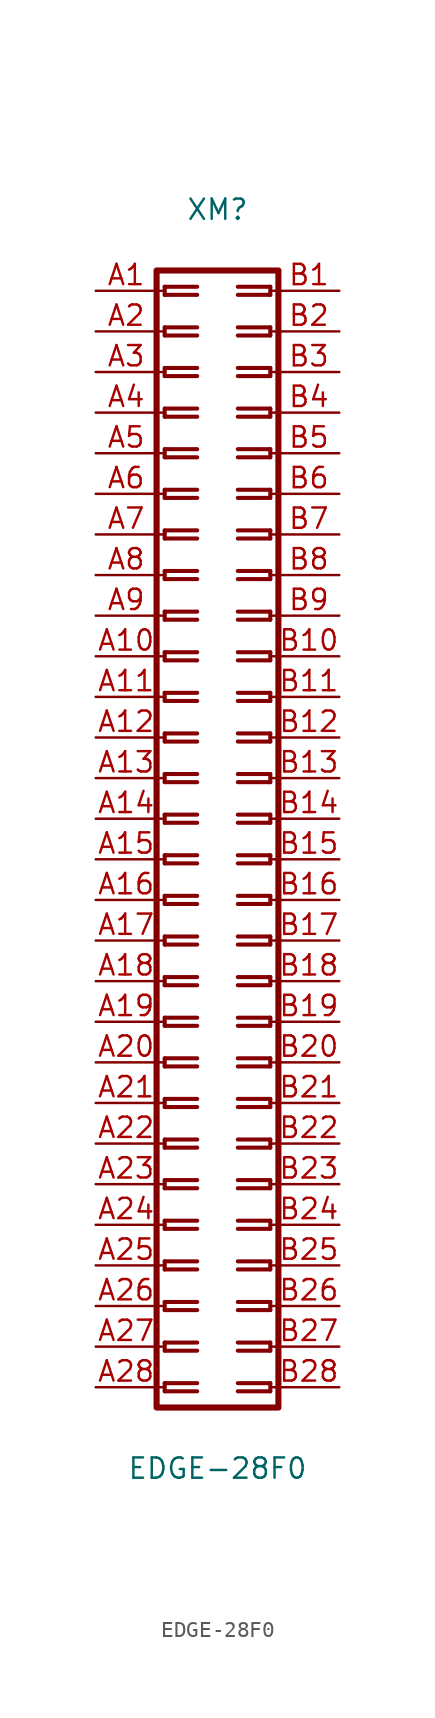
<source format=kicad_sym>
(kicad_symbol_lib
  (version 20231120)
  (generator "kicad_symbol_editor")
  (generator_version "8.0")
  (symbol "EDGE-28F0"
    (pin_names
      (offset 1.016))
    (property "Reference" "XM"
      (at 0 39.37 0)
      (effects (font (size 1.27 1.27))))
    (property "Value" "EDGE-28F0"
      (at 0 -39.37 0)
      (effects (font (size 1.27 1.27))))
    (symbol "EDGE-28F0_0_1"
      (rectangle (start -3.81 35.56) (end 3.81 -35.56) (stroke (width 0.381) (type default)) (fill (type none)))
      (polyline (pts (xy -3.81 -34.29) (xy -3.302 -34.29)) (stroke (width 0) (type default)) (fill (type none)))
      (polyline (pts (xy -3.81 -31.75) (xy -3.302 -31.75)) (stroke (width 0) (type default)) (fill (type none)))
      (polyline (pts (xy -3.81 -29.21) (xy -3.302 -29.21)) (stroke (width 0) (type default)) (fill (type none)))
      (polyline (pts (xy -3.81 -26.67) (xy -3.302 -26.67)) (stroke (width 0) (type default)) (fill (type none)))
      (polyline (pts (xy -3.81 -24.13) (xy -3.302 -24.13)) (stroke (width 0) (type default)) (fill (type none)))
      (polyline (pts (xy -3.81 -21.59) (xy -3.302 -21.59)) (stroke (width 0) (type default)) (fill (type none)))
      (polyline (pts (xy -3.81 -19.05) (xy -3.302 -19.05)) (stroke (width 0) (type default)) (fill (type none)))
      (polyline (pts (xy -3.81 -16.51) (xy -3.302 -16.51)) (stroke (width 0) (type default)) (fill (type none)))
      (polyline (pts (xy -3.81 -13.97) (xy -3.302 -13.97)) (stroke (width 0) (type default)) (fill (type none)))
      (polyline (pts (xy -3.81 -11.43) (xy -3.302 -11.43)) (stroke (width 0) (type default)) (fill (type none)))
      (polyline (pts (xy -3.81 -8.89) (xy -3.302 -8.89)) (stroke (width 0) (type default)) (fill (type none)))
      (polyline (pts (xy -3.81 -6.35) (xy -3.302 -6.35)) (stroke (width 0) (type default)) (fill (type none)))
      (polyline (pts (xy -3.81 -3.81) (xy -3.302 -3.81)) (stroke (width 0) (type default)) (fill (type none)))
      (polyline (pts (xy -3.81 -1.27) (xy -3.302 -1.27)) (stroke (width 0) (type default)) (fill (type none)))
      (polyline (pts (xy -3.81 1.27) (xy -3.302 1.27)) (stroke (width 0) (type default)) (fill (type none)))
      (polyline (pts (xy -3.81 3.81) (xy -3.302 3.81)) (stroke (width 0) (type default)) (fill (type none)))
      (polyline (pts (xy -3.81 6.35) (xy -3.302 6.35)) (stroke (width 0) (type default)) (fill (type none)))
      (polyline (pts (xy -3.81 8.89) (xy -3.302 8.89)) (stroke (width 0) (type default)) (fill (type none)))
      (polyline (pts (xy -3.81 11.43) (xy -3.302 11.43)) (stroke (width 0) (type default)) (fill (type none)))
      (polyline (pts (xy -3.81 13.97) (xy -3.302 13.97)) (stroke (width 0) (type default)) (fill (type none)))
      (polyline (pts (xy -3.81 16.51) (xy -3.302 16.51)) (stroke (width 0) (type default)) (fill (type none)))
      (polyline (pts (xy -3.81 19.05) (xy -3.302 19.05)) (stroke (width 0) (type default)) (fill (type none)))
      (polyline (pts (xy -3.81 21.59) (xy -3.302 21.59)) (stroke (width 0) (type default)) (fill (type none)))
      (polyline (pts (xy -3.81 24.13) (xy -3.302 24.13)) (stroke (width 0) (type default)) (fill (type none)))
      (polyline (pts (xy -3.81 26.67) (xy -3.302 26.67)) (stroke (width 0) (type default)) (fill (type none)))
      (polyline (pts (xy -3.81 29.21) (xy -3.302 29.21)) (stroke (width 0) (type default)) (fill (type none)))
      (polyline (pts (xy -3.81 31.75) (xy -3.302 31.75)) (stroke (width 0) (type default)) (fill (type none)))
      (polyline (pts (xy -3.81 34.29) (xy -3.302 34.29)) (stroke (width 0) (type default)) (fill (type none)))
      (polyline (pts (xy -3.302 -34.544) (xy -3.302 -34.036)) (stroke (width 0.254) (type default)) (fill (type none)))
      (polyline (pts (xy -3.302 -34.544) (xy -1.27 -34.544)) (stroke (width 0.254) (type default)) (fill (type none)))
      (polyline (pts (xy -3.302 -34.036) (xy -1.27 -34.036)) (stroke (width 0.254) (type default)) (fill (type none)))
      (polyline (pts (xy -3.302 -32.004) (xy -3.302 -31.496)) (stroke (width 0.254) (type default)) (fill (type none)))
      (polyline (pts (xy -3.302 -32.004) (xy -1.27 -32.004)) (stroke (width 0.254) (type default)) (fill (type none)))
      (polyline (pts (xy -3.302 -31.496) (xy -1.27 -31.496)) (stroke (width 0.254) (type default)) (fill (type none)))
      (polyline (pts (xy -3.302 -29.464) (xy -3.302 -28.956)) (stroke (width 0.254) (type default)) (fill (type none)))
      (polyline (pts (xy -3.302 -29.464) (xy -1.27 -29.464)) (stroke (width 0.254) (type default)) (fill (type none)))
      (polyline (pts (xy -3.302 -28.956) (xy -1.27 -28.956)) (stroke (width 0.254) (type default)) (fill (type none)))
      (polyline (pts (xy -3.302 -26.924) (xy -3.302 -26.416)) (stroke (width 0.254) (type default)) (fill (type none)))
      (polyline (pts (xy -3.302 -26.924) (xy -1.27 -26.924)) (stroke (width 0.254) (type default)) (fill (type none)))
      (polyline (pts (xy -3.302 -26.416) (xy -1.27 -26.416)) (stroke (width 0.254) (type default)) (fill (type none)))
      (polyline (pts (xy -3.302 -24.384) (xy -3.302 -23.876)) (stroke (width 0.254) (type default)) (fill (type none)))
      (polyline (pts (xy -3.302 -24.384) (xy -1.27 -24.384)) (stroke (width 0.254) (type default)) (fill (type none)))
      (polyline (pts (xy -3.302 -23.876) (xy -1.27 -23.876)) (stroke (width 0.254) (type default)) (fill (type none)))
      (polyline (pts (xy -3.302 -21.844) (xy -3.302 -21.336)) (stroke (width 0.254) (type default)) (fill (type none)))
      (polyline (pts (xy -3.302 -21.844) (xy -1.27 -21.844)) (stroke (width 0.254) (type default)) (fill (type none)))
      (polyline (pts (xy -3.302 -21.336) (xy -1.27 -21.336)) (stroke (width 0.254) (type default)) (fill (type none)))
      (polyline (pts (xy -3.302 -19.304) (xy -3.302 -18.796)) (stroke (width 0.254) (type default)) (fill (type none)))
      (polyline (pts (xy -3.302 -19.304) (xy -1.27 -19.304)) (stroke (width 0.254) (type default)) (fill (type none)))
      (polyline (pts (xy -3.302 -18.796) (xy -1.27 -18.796)) (stroke (width 0.254) (type default)) (fill (type none)))
      (polyline (pts (xy -3.302 -16.764) (xy -3.302 -16.256)) (stroke (width 0.254) (type default)) (fill (type none)))
      (polyline (pts (xy -3.302 -16.764) (xy -1.27 -16.764)) (stroke (width 0.254) (type default)) (fill (type none)))
      (polyline (pts (xy -3.302 -16.256) (xy -1.27 -16.256)) (stroke (width 0.254) (type default)) (fill (type none)))
      (polyline (pts (xy -3.302 -14.224) (xy -3.302 -13.716)) (stroke (width 0.254) (type default)) (fill (type none)))
      (polyline (pts (xy -3.302 -14.224) (xy -1.27 -14.224)) (stroke (width 0.254) (type default)) (fill (type none)))
      (polyline (pts (xy -3.302 -13.716) (xy -1.27 -13.716)) (stroke (width 0.254) (type default)) (fill (type none)))
      (polyline (pts (xy -3.302 -11.684) (xy -3.302 -11.176)) (stroke (width 0.254) (type default)) (fill (type none)))
      (polyline (pts (xy -3.302 -11.684) (xy -1.27 -11.684)) (stroke (width 0.254) (type default)) (fill (type none)))
      (polyline (pts (xy -3.302 -11.176) (xy -1.27 -11.176)) (stroke (width 0.254) (type default)) (fill (type none)))
      (polyline (pts (xy -3.302 -9.144) (xy -3.302 -8.636)) (stroke (width 0.254) (type default)) (fill (type none)))
      (polyline (pts (xy -3.302 -9.144) (xy -1.27 -9.144)) (stroke (width 0.254) (type default)) (fill (type none)))
      (polyline (pts (xy -3.302 -8.636) (xy -1.27 -8.636)) (stroke (width 0.254) (type default)) (fill (type none)))
      (polyline (pts (xy -3.302 -6.604) (xy -3.302 -6.096)) (stroke (width 0.254) (type default)) (fill (type none)))
      (polyline (pts (xy -3.302 -6.604) (xy -1.27 -6.604)) (stroke (width 0.254) (type default)) (fill (type none)))
      (polyline (pts (xy -3.302 -6.096) (xy -1.27 -6.096)) (stroke (width 0.254) (type default)) (fill (type none)))
      (polyline (pts (xy -3.302 -4.064) (xy -3.302 -3.556)) (stroke (width 0.254) (type default)) (fill (type none)))
      (polyline (pts (xy -3.302 -4.064) (xy -1.27 -4.064)) (stroke (width 0.254) (type default)) (fill (type none)))
      (polyline (pts (xy -3.302 -3.556) (xy -1.27 -3.556)) (stroke (width 0.254) (type default)) (fill (type none)))
      (polyline (pts (xy -3.302 -1.524) (xy -3.302 -1.016)) (stroke (width 0.254) (type default)) (fill (type none)))
      (polyline (pts (xy -3.302 -1.524) (xy -1.27 -1.524)) (stroke (width 0.254) (type default)) (fill (type none)))
      (polyline (pts (xy -3.302 -1.016) (xy -1.27 -1.016)) (stroke (width 0.254) (type default)) (fill (type none)))
      (polyline (pts (xy -3.302 1.016) (xy -3.302 1.524)) (stroke (width 0.254) (type default)) (fill (type none)))
      (polyline (pts (xy -3.302 1.016) (xy -1.27 1.016)) (stroke (width 0.254) (type default)) (fill (type none)))
      (polyline (pts (xy -3.302 1.524) (xy -1.27 1.524)) (stroke (width 0.254) (type default)) (fill (type none)))
      (polyline (pts (xy -3.302 3.556) (xy -3.302 4.064)) (stroke (width 0.254) (type default)) (fill (type none)))
      (polyline (pts (xy -3.302 3.556) (xy -1.27 3.556)) (stroke (width 0.254) (type default)) (fill (type none)))
      (polyline (pts (xy -3.302 4.064) (xy -1.27 4.064)) (stroke (width 0.254) (type default)) (fill (type none)))
      (polyline (pts (xy -3.302 6.096) (xy -3.302 6.604)) (stroke (width 0.254) (type default)) (fill (type none)))
      (polyline (pts (xy -3.302 6.096) (xy -1.27 6.096)) (stroke (width 0.254) (type default)) (fill (type none)))
      (polyline (pts (xy -3.302 6.604) (xy -1.27 6.604)) (stroke (width 0.254) (type default)) (fill (type none)))
      (polyline (pts (xy -3.302 8.636) (xy -3.302 9.144)) (stroke (width 0.254) (type default)) (fill (type none)))
      (polyline (pts (xy -3.302 8.636) (xy -1.27 8.636)) (stroke (width 0.254) (type default)) (fill (type none)))
      (polyline (pts (xy -3.302 9.144) (xy -1.27 9.144)) (stroke (width 0.254) (type default)) (fill (type none)))
      (polyline (pts (xy -3.302 11.176) (xy -3.302 11.684)) (stroke (width 0.254) (type default)) (fill (type none)))
      (polyline (pts (xy -3.302 11.176) (xy -1.27 11.176)) (stroke (width 0.254) (type default)) (fill (type none)))
      (polyline (pts (xy -3.302 11.684) (xy -1.27 11.684)) (stroke (width 0.254) (type default)) (fill (type none)))
      (polyline (pts (xy -3.302 13.716) (xy -3.302 14.224)) (stroke (width 0.254) (type default)) (fill (type none)))
      (polyline (pts (xy -3.302 13.716) (xy -1.27 13.716)) (stroke (width 0.254) (type default)) (fill (type none)))
      (polyline (pts (xy -3.302 14.224) (xy -1.27 14.224)) (stroke (width 0.254) (type default)) (fill (type none)))
      (polyline (pts (xy -3.302 16.256) (xy -3.302 16.764)) (stroke (width 0.254) (type default)) (fill (type none)))
      (polyline (pts (xy -3.302 16.256) (xy -1.27 16.256)) (stroke (width 0.254) (type default)) (fill (type none)))
      (polyline (pts (xy -3.302 16.764) (xy -1.27 16.764)) (stroke (width 0.254) (type default)) (fill (type none)))
      (polyline (pts (xy -3.302 18.796) (xy -3.302 19.304)) (stroke (width 0.254) (type default)) (fill (type none)))
      (polyline (pts (xy -3.302 18.796) (xy -1.27 18.796)) (stroke (width 0.254) (type default)) (fill (type none)))
      (polyline (pts (xy -3.302 19.304) (xy -1.27 19.304)) (stroke (width 0.254) (type default)) (fill (type none)))
      (polyline (pts (xy -3.302 21.336) (xy -3.302 21.844)) (stroke (width 0.254) (type default)) (fill (type none)))
      (polyline (pts (xy -3.302 21.336) (xy -1.27 21.336)) (stroke (width 0.254) (type default)) (fill (type none)))
      (polyline (pts (xy -3.302 21.844) (xy -1.27 21.844)) (stroke (width 0.254) (type default)) (fill (type none)))
      (polyline (pts (xy -3.302 23.876) (xy -3.302 24.384)) (stroke (width 0.254) (type default)) (fill (type none)))
      (polyline (pts (xy -3.302 23.876) (xy -1.27 23.876)) (stroke (width 0.254) (type default)) (fill (type none)))
      (polyline (pts (xy -3.302 24.384) (xy -1.27 24.384)) (stroke (width 0.254) (type default)) (fill (type none)))
      (polyline (pts (xy -3.302 26.416) (xy -3.302 26.924)) (stroke (width 0.254) (type default)) (fill (type none)))
      (polyline (pts (xy -3.302 26.416) (xy -1.27 26.416)) (stroke (width 0.254) (type default)) (fill (type none)))
      (polyline (pts (xy -3.302 26.924) (xy -1.27 26.924)) (stroke (width 0.254) (type default)) (fill (type none)))
      (polyline (pts (xy -3.302 28.956) (xy -3.302 29.464)) (stroke (width 0.254) (type default)) (fill (type none)))
      (polyline (pts (xy -3.302 28.956) (xy -1.27 28.956)) (stroke (width 0.254) (type default)) (fill (type none)))
      (polyline (pts (xy -3.302 29.464) (xy -1.27 29.464)) (stroke (width 0.254) (type default)) (fill (type none)))
      (polyline (pts (xy -3.302 31.496) (xy -3.302 32.004)) (stroke (width 0.254) (type default)) (fill (type none)))
      (polyline (pts (xy -3.302 31.496) (xy -1.27 31.496)) (stroke (width 0.254) (type default)) (fill (type none)))
      (polyline (pts (xy -3.302 32.004) (xy -1.27 32.004)) (stroke (width 0.254) (type default)) (fill (type none)))
      (polyline (pts (xy -3.302 34.036) (xy -3.302 34.544)) (stroke (width 0.254) (type default)) (fill (type none)))
      (polyline (pts (xy -3.302 34.036) (xy -1.27 34.036)) (stroke (width 0.254) (type default)) (fill (type none)))
      (polyline (pts (xy -3.302 34.544) (xy -1.27 34.544)) (stroke (width 0.254) (type default)) (fill (type none)))
      (polyline (pts (xy 3.302 -34.544) (xy 1.27 -34.544)) (stroke (width 0.254) (type default)) (fill (type none)))
      (polyline (pts (xy 3.302 -34.544) (xy 3.302 -34.036)) (stroke (width 0.254) (type default)) (fill (type none)))
      (polyline (pts (xy 3.302 -34.036) (xy 1.27 -34.036)) (stroke (width 0.254) (type default)) (fill (type none)))
      (polyline (pts (xy 3.302 -32.004) (xy 1.27 -32.004)) (stroke (width 0.254) (type default)) (fill (type none)))
      (polyline (pts (xy 3.302 -32.004) (xy 3.302 -31.496)) (stroke (width 0.254) (type default)) (fill (type none)))
      (polyline (pts (xy 3.302 -31.496) (xy 1.27 -31.496)) (stroke (width 0.254) (type default)) (fill (type none)))
      (polyline (pts (xy 3.302 -29.464) (xy 1.27 -29.464)) (stroke (width 0.254) (type default)) (fill (type none)))
      (polyline (pts (xy 3.302 -29.464) (xy 3.302 -28.956)) (stroke (width 0.254) (type default)) (fill (type none)))
      (polyline (pts (xy 3.302 -28.956) (xy 1.27 -28.956)) (stroke (width 0.254) (type default)) (fill (type none)))
      (polyline (pts (xy 3.302 -26.924) (xy 1.27 -26.924)) (stroke (width 0.254) (type default)) (fill (type none)))
      (polyline (pts (xy 3.302 -26.924) (xy 3.302 -26.416)) (stroke (width 0.254) (type default)) (fill (type none)))
      (polyline (pts (xy 3.302 -26.416) (xy 1.27 -26.416)) (stroke (width 0.254) (type default)) (fill (type none)))
      (polyline (pts (xy 3.302 -24.384) (xy 1.27 -24.384)) (stroke (width 0.254) (type default)) (fill (type none)))
      (polyline (pts (xy 3.302 -24.384) (xy 3.302 -23.876)) (stroke (width 0.254) (type default)) (fill (type none)))
      (polyline (pts (xy 3.302 -23.876) (xy 1.27 -23.876)) (stroke (width 0.254) (type default)) (fill (type none)))
      (polyline (pts (xy 3.302 -21.844) (xy 1.27 -21.844)) (stroke (width 0.254) (type default)) (fill (type none)))
      (polyline (pts (xy 3.302 -21.844) (xy 3.302 -21.336)) (stroke (width 0.254) (type default)) (fill (type none)))
      (polyline (pts (xy 3.302 -21.336) (xy 1.27 -21.336)) (stroke (width 0.254) (type default)) (fill (type none)))
      (polyline (pts (xy 3.302 -19.304) (xy 1.27 -19.304)) (stroke (width 0.254) (type default)) (fill (type none)))
      (polyline (pts (xy 3.302 -19.304) (xy 3.302 -18.796)) (stroke (width 0.254) (type default)) (fill (type none)))
      (polyline (pts (xy 3.302 -18.796) (xy 1.27 -18.796)) (stroke (width 0.254) (type default)) (fill (type none)))
      (polyline (pts (xy 3.302 -16.764) (xy 1.27 -16.764)) (stroke (width 0.254) (type default)) (fill (type none)))
      (polyline (pts (xy 3.302 -16.764) (xy 3.302 -16.256)) (stroke (width 0.254) (type default)) (fill (type none)))
      (polyline (pts (xy 3.302 -16.256) (xy 1.27 -16.256)) (stroke (width 0.254) (type default)) (fill (type none)))
      (polyline (pts (xy 3.302 -14.224) (xy 1.27 -14.224)) (stroke (width 0.254) (type default)) (fill (type none)))
      (polyline (pts (xy 3.302 -14.224) (xy 3.302 -13.716)) (stroke (width 0.254) (type default)) (fill (type none)))
      (polyline (pts (xy 3.302 -13.716) (xy 1.27 -13.716)) (stroke (width 0.254) (type default)) (fill (type none)))
      (polyline (pts (xy 3.302 -11.684) (xy 1.27 -11.684)) (stroke (width 0.254) (type default)) (fill (type none)))
      (polyline (pts (xy 3.302 -11.684) (xy 3.302 -11.176)) (stroke (width 0.254) (type default)) (fill (type none)))
      (polyline (pts (xy 3.302 -11.176) (xy 1.27 -11.176)) (stroke (width 0.254) (type default)) (fill (type none)))
      (polyline (pts (xy 3.302 -9.144) (xy 1.27 -9.144)) (stroke (width 0.254) (type default)) (fill (type none)))
      (polyline (pts (xy 3.302 -9.144) (xy 3.302 -8.636)) (stroke (width 0.254) (type default)) (fill (type none)))
      (polyline (pts (xy 3.302 -8.636) (xy 1.27 -8.636)) (stroke (width 0.254) (type default)) (fill (type none)))
      (polyline (pts (xy 3.302 -6.604) (xy 1.27 -6.604)) (stroke (width 0.254) (type default)) (fill (type none)))
      (polyline (pts (xy 3.302 -6.604) (xy 3.302 -6.096)) (stroke (width 0.254) (type default)) (fill (type none)))
      (polyline (pts (xy 3.302 -6.096) (xy 1.27 -6.096)) (stroke (width 0.254) (type default)) (fill (type none)))
      (polyline (pts (xy 3.302 -4.064) (xy 1.27 -4.064)) (stroke (width 0.254) (type default)) (fill (type none)))
      (polyline (pts (xy 3.302 -4.064) (xy 3.302 -3.556)) (stroke (width 0.254) (type default)) (fill (type none)))
      (polyline (pts (xy 3.302 -3.556) (xy 1.27 -3.556)) (stroke (width 0.254) (type default)) (fill (type none)))
      (polyline (pts (xy 3.302 -1.524) (xy 1.27 -1.524)) (stroke (width 0.254) (type default)) (fill (type none)))
      (polyline (pts (xy 3.302 -1.524) (xy 3.302 -1.016)) (stroke (width 0.254) (type default)) (fill (type none)))
      (polyline (pts (xy 3.302 -1.016) (xy 1.27 -1.016)) (stroke (width 0.254) (type default)) (fill (type none)))
      (polyline (pts (xy 3.302 1.016) (xy 1.27 1.016)) (stroke (width 0.254) (type default)) (fill (type none)))
      (polyline (pts (xy 3.302 1.016) (xy 3.302 1.524)) (stroke (width 0.254) (type default)) (fill (type none)))
      (polyline (pts (xy 3.302 1.524) (xy 1.27 1.524)) (stroke (width 0.254) (type default)) (fill (type none)))
      (polyline (pts (xy 3.302 3.556) (xy 1.27 3.556)) (stroke (width 0.254) (type default)) (fill (type none)))
      (polyline (pts (xy 3.302 3.556) (xy 3.302 4.064)) (stroke (width 0.254) (type default)) (fill (type none)))
      (polyline (pts (xy 3.302 4.064) (xy 1.27 4.064)) (stroke (width 0.254) (type default)) (fill (type none)))
      (polyline (pts (xy 3.302 6.096) (xy 1.27 6.096)) (stroke (width 0.254) (type default)) (fill (type none)))
      (polyline (pts (xy 3.302 6.096) (xy 3.302 6.604)) (stroke (width 0.254) (type default)) (fill (type none)))
      (polyline (pts (xy 3.302 6.604) (xy 1.27 6.604)) (stroke (width 0.254) (type default)) (fill (type none)))
      (polyline (pts (xy 3.302 8.636) (xy 1.27 8.636)) (stroke (width 0.254) (type default)) (fill (type none)))
      (polyline (pts (xy 3.302 8.636) (xy 3.302 9.144)) (stroke (width 0.254) (type default)) (fill (type none)))
      (polyline (pts (xy 3.302 9.144) (xy 1.27 9.144)) (stroke (width 0.254) (type default)) (fill (type none)))
      (polyline (pts (xy 3.302 11.176) (xy 1.27 11.176)) (stroke (width 0.254) (type default)) (fill (type none)))
      (polyline (pts (xy 3.302 11.176) (xy 3.302 11.684)) (stroke (width 0.254) (type default)) (fill (type none)))
      (polyline (pts (xy 3.302 11.684) (xy 1.27 11.684)) (stroke (width 0.254) (type default)) (fill (type none)))
      (polyline (pts (xy 3.302 13.716) (xy 1.27 13.716)) (stroke (width 0.254) (type default)) (fill (type none)))
      (polyline (pts (xy 3.302 13.716) (xy 3.302 14.224)) (stroke (width 0.254) (type default)) (fill (type none)))
      (polyline (pts (xy 3.302 14.224) (xy 1.27 14.224)) (stroke (width 0.254) (type default)) (fill (type none)))
      (polyline (pts (xy 3.302 16.256) (xy 1.27 16.256)) (stroke (width 0.254) (type default)) (fill (type none)))
      (polyline (pts (xy 3.302 16.256) (xy 3.302 16.764)) (stroke (width 0.254) (type default)) (fill (type none)))
      (polyline (pts (xy 3.302 16.764) (xy 1.27 16.764)) (stroke (width 0.254) (type default)) (fill (type none)))
      (polyline (pts (xy 3.302 18.796) (xy 1.27 18.796)) (stroke (width 0.254) (type default)) (fill (type none)))
      (polyline (pts (xy 3.302 18.796) (xy 3.302 19.304)) (stroke (width 0.254) (type default)) (fill (type none)))
      (polyline (pts (xy 3.302 19.304) (xy 1.27 19.304)) (stroke (width 0.254) (type default)) (fill (type none)))
      (polyline (pts (xy 3.302 21.336) (xy 1.27 21.336)) (stroke (width 0.254) (type default)) (fill (type none)))
      (polyline (pts (xy 3.302 21.336) (xy 3.302 21.844)) (stroke (width 0.254) (type default)) (fill (type none)))
      (polyline (pts (xy 3.302 21.844) (xy 1.27 21.844)) (stroke (width 0.254) (type default)) (fill (type none)))
      (polyline (pts (xy 3.302 23.876) (xy 1.27 23.876)) (stroke (width 0.254) (type default)) (fill (type none)))
      (polyline (pts (xy 3.302 23.876) (xy 3.302 24.384)) (stroke (width 0.254) (type default)) (fill (type none)))
      (polyline (pts (xy 3.302 24.384) (xy 1.27 24.384)) (stroke (width 0.254) (type default)) (fill (type none)))
      (polyline (pts (xy 3.302 26.416) (xy 1.27 26.416)) (stroke (width 0.254) (type default)) (fill (type none)))
      (polyline (pts (xy 3.302 26.416) (xy 3.302 26.924)) (stroke (width 0.254) (type default)) (fill (type none)))
      (polyline (pts (xy 3.302 26.924) (xy 1.27 26.924)) (stroke (width 0.254) (type default)) (fill (type none)))
      (polyline (pts (xy 3.302 28.956) (xy 1.27 28.956)) (stroke (width 0.254) (type default)) (fill (type none)))
      (polyline (pts (xy 3.302 28.956) (xy 3.302 29.464)) (stroke (width 0.254) (type default)) (fill (type none)))
      (polyline (pts (xy 3.302 29.464) (xy 1.27 29.464)) (stroke (width 0.254) (type default)) (fill (type none)))
      (polyline (pts (xy 3.302 31.496) (xy 1.27 31.496)) (stroke (width 0.254) (type default)) (fill (type none)))
      (polyline (pts (xy 3.302 31.496) (xy 3.302 32.004)) (stroke (width 0.254) (type default)) (fill (type none)))
      (polyline (pts (xy 3.302 32.004) (xy 1.27 32.004)) (stroke (width 0.254) (type default)) (fill (type none)))
      (polyline (pts (xy 3.302 34.036) (xy 1.27 34.036)) (stroke (width 0.254) (type default)) (fill (type none)))
      (polyline (pts (xy 3.302 34.036) (xy 3.302 34.544)) (stroke (width 0.254) (type default)) (fill (type none)))
      (polyline (pts (xy 3.302 34.544) (xy 1.27 34.544)) (stroke (width 0.254) (type default)) (fill (type none)))
      (polyline (pts (xy 3.81 -34.29) (xy 3.302 -34.29)) (stroke (width 0) (type default)) (fill (type none)))
      (polyline (pts (xy 3.81 -31.75) (xy 3.302 -31.75)) (stroke (width 0) (type default)) (fill (type none)))
      (polyline (pts (xy 3.81 -29.21) (xy 3.302 -29.21)) (stroke (width 0) (type default)) (fill (type none)))
      (polyline (pts (xy 3.81 -26.67) (xy 3.302 -26.67)) (stroke (width 0) (type default)) (fill (type none)))
      (polyline (pts (xy 3.81 -24.13) (xy 3.302 -24.13)) (stroke (width 0) (type default)) (fill (type none)))
      (polyline (pts (xy 3.81 -21.59) (xy 3.302 -21.59)) (stroke (width 0) (type default)) (fill (type none)))
      (polyline (pts (xy 3.81 -19.05) (xy 3.302 -19.05)) (stroke (width 0) (type default)) (fill (type none)))
      (polyline (pts (xy 3.81 -16.51) (xy 3.302 -16.51)) (stroke (width 0) (type default)) (fill (type none)))
      (polyline (pts (xy 3.81 -13.97) (xy 3.302 -13.97)) (stroke (width 0) (type default)) (fill (type none)))
      (polyline (pts (xy 3.81 -11.43) (xy 3.302 -11.43)) (stroke (width 0) (type default)) (fill (type none)))
      (polyline (pts (xy 3.81 -8.89) (xy 3.302 -8.89)) (stroke (width 0) (type default)) (fill (type none)))
      (polyline (pts (xy 3.81 -6.35) (xy 3.302 -6.35)) (stroke (width 0) (type default)) (fill (type none)))
      (polyline (pts (xy 3.81 -3.81) (xy 3.302 -3.81)) (stroke (width 0) (type default)) (fill (type none)))
      (polyline (pts (xy 3.81 -1.27) (xy 3.302 -1.27)) (stroke (width 0) (type default)) (fill (type none)))
      (polyline (pts (xy 3.81 1.27) (xy 3.302 1.27)) (stroke (width 0) (type default)) (fill (type none)))
      (polyline (pts (xy 3.81 3.81) (xy 3.302 3.81)) (stroke (width 0) (type default)) (fill (type none)))
      (polyline (pts (xy 3.81 6.35) (xy 3.302 6.35)) (stroke (width 0) (type default)) (fill (type none)))
      (polyline (pts (xy 3.81 8.89) (xy 3.302 8.89)) (stroke (width 0) (type default)) (fill (type none)))
      (polyline (pts (xy 3.81 11.43) (xy 3.302 11.43)) (stroke (width 0) (type default)) (fill (type none)))
      (polyline (pts (xy 3.81 13.97) (xy 3.302 13.97)) (stroke (width 0) (type default)) (fill (type none)))
      (polyline (pts (xy 3.81 16.51) (xy 3.302 16.51)) (stroke (width 0) (type default)) (fill (type none)))
      (polyline (pts (xy 3.81 19.05) (xy 3.302 19.05)) (stroke (width 0) (type default)) (fill (type none)))
      (polyline (pts (xy 3.81 21.59) (xy 3.302 21.59)) (stroke (width 0) (type default)) (fill (type none)))
      (polyline (pts (xy 3.81 24.13) (xy 3.302 24.13)) (stroke (width 0) (type default)) (fill (type none)))
      (polyline (pts (xy 3.81 26.67) (xy 3.302 26.67)) (stroke (width 0) (type default)) (fill (type none)))
      (polyline (pts (xy 3.81 29.21) (xy 3.302 29.21)) (stroke (width 0) (type default)) (fill (type none)))
      (polyline (pts (xy 3.81 31.75) (xy 3.302 31.75)) (stroke (width 0) (type default)) (fill (type none)))
      (polyline (pts (xy 3.81 34.29) (xy 3.302 34.29)) (stroke (width 0) (type default)) (fill (type none))))
    (symbol "EDGE-28F0_1_1"
      (pin passive line (at -7.62 34.29 0) (length 3.81) (name "~" (effects (font (size 1.27 1.27)))) (number "A1" (effects (font (size 1.27 1.27)))))
      (pin passive line (at -7.62 11.43 0) (length 3.81) (name "~" (effects (font (size 1.27 1.27)))) (number "A10" (effects (font (size 1.27 1.27)))))
      (pin passive line (at -7.62 8.89 0) (length 3.81) (name "~" (effects (font (size 1.27 1.27)))) (number "A11" (effects (font (size 1.27 1.27)))))
      (pin passive line (at -7.62 6.35 0) (length 3.81) (name "~" (effects (font (size 1.27 1.27)))) (number "A12" (effects (font (size 1.27 1.27)))))
      (pin passive line (at -7.62 3.81 0) (length 3.81) (name "~" (effects (font (size 1.27 1.27)))) (number "A13" (effects (font (size 1.27 1.27)))))
      (pin passive line (at -7.62 1.27 0) (length 3.81) (name "~" (effects (font (size 1.27 1.27)))) (number "A14" (effects (font (size 1.27 1.27)))))
      (pin passive line (at -7.62 -1.27 0) (length 3.81) (name "~" (effects (font (size 1.27 1.27)))) (number "A15" (effects (font (size 1.27 1.27)))))
      (pin passive line (at -7.62 -3.81 0) (length 3.81) (name "~" (effects (font (size 1.27 1.27)))) (number "A16" (effects (font (size 1.27 1.27)))))
      (pin passive line (at -7.62 -6.35 0) (length 3.81) (name "~" (effects (font (size 1.27 1.27)))) (number "A17" (effects (font (size 1.27 1.27)))))
      (pin passive line (at -7.62 -8.89 0) (length 3.81) (name "~" (effects (font (size 1.27 1.27)))) (number "A18" (effects (font (size 1.27 1.27)))))
      (pin passive line (at -7.62 -11.43 0) (length 3.81) (name "~" (effects (font (size 1.27 1.27)))) (number "A19" (effects (font (size 1.27 1.27)))))
      (pin passive line (at -7.62 31.75 0) (length 3.81) (name "~" (effects (font (size 1.27 1.27)))) (number "A2" (effects (font (size 1.27 1.27)))))
      (pin passive line (at -7.62 -13.97 0) (length 3.81) (name "~" (effects (font (size 1.27 1.27)))) (number "A20" (effects (font (size 1.27 1.27)))))
      (pin passive line (at -7.62 -16.51 0) (length 3.81) (name "~" (effects (font (size 1.27 1.27)))) (number "A21" (effects (font (size 1.27 1.27)))))
      (pin passive line (at -7.62 -19.05 0) (length 3.81) (name "~" (effects (font (size 1.27 1.27)))) (number "A22" (effects (font (size 1.27 1.27)))))
      (pin passive line (at -7.62 -21.59 0) (length 3.81) (name "~" (effects (font (size 1.27 1.27)))) (number "A23" (effects (font (size 1.27 1.27)))))
      (pin passive line (at -7.62 -24.13 0) (length 3.81) (name "~" (effects (font (size 1.27 1.27)))) (number "A24" (effects (font (size 1.27 1.27)))))
      (pin passive line (at -7.62 -26.67 0) (length 3.81) (name "~" (effects (font (size 1.27 1.27)))) (number "A25" (effects (font (size 1.27 1.27)))))
      (pin passive line (at -7.62 -29.21 0) (length 3.81) (name "~" (effects (font (size 1.27 1.27)))) (number "A26" (effects (font (size 1.27 1.27)))))
      (pin passive line (at -7.62 -31.75 0) (length 3.81) (name "~" (effects (font (size 1.27 1.27)))) (number "A27" (effects (font (size 1.27 1.27)))))
      (pin passive line (at -7.62 -34.29 0) (length 3.81) (name "~" (effects (font (size 1.27 1.27)))) (number "A28" (effects (font (size 1.27 1.27)))))
      (pin passive line (at -7.62 29.21 0) (length 3.81) (name "~" (effects (font (size 1.27 1.27)))) (number "A3" (effects (font (size 1.27 1.27)))))
      (pin passive line (at -7.62 26.67 0) (length 3.81) (name "~" (effects (font (size 1.27 1.27)))) (number "A4" (effects (font (size 1.27 1.27)))))
      (pin passive line (at -7.62 24.13 0) (length 3.81) (name "~" (effects (font (size 1.27 1.27)))) (number "A5" (effects (font (size 1.27 1.27)))))
      (pin passive line (at -7.62 21.59 0) (length 3.81) (name "~" (effects (font (size 1.27 1.27)))) (number "A6" (effects (font (size 1.27 1.27)))))
      (pin passive line (at -7.62 19.05 0) (length 3.81) (name "~" (effects (font (size 1.27 1.27)))) (number "A7" (effects (font (size 1.27 1.27)))))
      (pin passive line (at -7.62 16.51 0) (length 3.81) (name "~" (effects (font (size 1.27 1.27)))) (number "A8" (effects (font (size 1.27 1.27)))))
      (pin passive line (at -7.62 13.97 0) (length 3.81) (name "~" (effects (font (size 1.27 1.27)))) (number "A9" (effects (font (size 1.27 1.27)))))
      (pin passive line (at 7.62 34.29 180) (length 3.81) (name "~" (effects (font (size 1.27 1.27)))) (number "B1" (effects (font (size 1.27 1.27)))))
      (pin passive line (at 7.62 11.43 180) (length 3.81) (name "~" (effects (font (size 1.27 1.27)))) (number "B10" (effects (font (size 1.27 1.27)))))
      (pin passive line (at 7.62 8.89 180) (length 3.81) (name "~" (effects (font (size 1.27 1.27)))) (number "B11" (effects (font (size 1.27 1.27)))))
      (pin passive line (at 7.62 6.35 180) (length 3.81) (name "~" (effects (font (size 1.27 1.27)))) (number "B12" (effects (font (size 1.27 1.27)))))
      (pin passive line (at 7.62 3.81 180) (length 3.81) (name "~" (effects (font (size 1.27 1.27)))) (number "B13" (effects (font (size 1.27 1.27)))))
      (pin passive line (at 7.62 1.27 180) (length 3.81) (name "~" (effects (font (size 1.27 1.27)))) (number "B14" (effects (font (size 1.27 1.27)))))
      (pin passive line (at 7.62 -1.27 180) (length 3.81) (name "~" (effects (font (size 1.27 1.27)))) (number "B15" (effects (font (size 1.27 1.27)))))
      (pin passive line (at 7.62 -3.81 180) (length 3.81) (name "~" (effects (font (size 1.27 1.27)))) (number "B16" (effects (font (size 1.27 1.27)))))
      (pin passive line (at 7.62 -6.35 180) (length 3.81) (name "~" (effects (font (size 1.27 1.27)))) (number "B17" (effects (font (size 1.27 1.27)))))
      (pin passive line (at 7.62 -8.89 180) (length 3.81) (name "~" (effects (font (size 1.27 1.27)))) (number "B18" (effects (font (size 1.27 1.27)))))
      (pin passive line (at 7.62 -11.43 180) (length 3.81) (name "~" (effects (font (size 1.27 1.27)))) (number "B19" (effects (font (size 1.27 1.27)))))
      (pin passive line (at 7.62 31.75 180) (length 3.81) (name "~" (effects (font (size 1.27 1.27)))) (number "B2" (effects (font (size 1.27 1.27)))))
      (pin passive line (at 7.62 -13.97 180) (length 3.81) (name "~" (effects (font (size 1.27 1.27)))) (number "B20" (effects (font (size 1.27 1.27)))))
      (pin passive line (at 7.62 -16.51 180) (length 3.81) (name "~" (effects (font (size 1.27 1.27)))) (number "B21" (effects (font (size 1.27 1.27)))))
      (pin passive line (at 7.62 -19.05 180) (length 3.81) (name "~" (effects (font (size 1.27 1.27)))) (number "B22" (effects (font (size 1.27 1.27)))))
      (pin passive line (at 7.62 -21.59 180) (length 3.81) (name "~" (effects (font (size 1.27 1.27)))) (number "B23" (effects (font (size 1.27 1.27)))))
      (pin passive line (at 7.62 -24.13 180) (length 3.81) (name "~" (effects (font (size 1.27 1.27)))) (number "B24" (effects (font (size 1.27 1.27)))))
      (pin passive line (at 7.62 -26.67 180) (length 3.81) (name "~" (effects (font (size 1.27 1.27)))) (number "B25" (effects (font (size 1.27 1.27)))))
      (pin passive line (at 7.62 -29.21 180) (length 3.81) (name "~" (effects (font (size 1.27 1.27)))) (number "B26" (effects (font (size 1.27 1.27)))))
      (pin passive line (at 7.62 -31.75 180) (length 3.81) (name "~" (effects (font (size 1.27 1.27)))) (number "B27" (effects (font (size 1.27 1.27)))))
      (pin passive line (at 7.62 -34.29 180) (length 3.81) (name "~" (effects (font (size 1.27 1.27)))) (number "B28" (effects (font (size 1.27 1.27)))))
      (pin passive line (at 7.62 29.21 180) (length 3.81) (name "~" (effects (font (size 1.27 1.27)))) (number "B3" (effects (font (size 1.27 1.27)))))
      (pin passive line (at 7.62 26.67 180) (length 3.81) (name "~" (effects (font (size 1.27 1.27)))) (number "B4" (effects (font (size 1.27 1.27)))))
      (pin passive line (at 7.62 24.13 180) (length 3.81) (name "~" (effects (font (size 1.27 1.27)))) (number "B5" (effects (font (size 1.27 1.27)))))
      (pin passive line (at 7.62 21.59 180) (length 3.81) (name "~" (effects (font (size 1.27 1.27)))) (number "B6" (effects (font (size 1.27 1.27)))))
      (pin passive line (at 7.62 19.05 180) (length 3.81) (name "~" (effects (font (size 1.27 1.27)))) (number "B7" (effects (font (size 1.27 1.27)))))
      (pin passive line (at 7.62 16.51 180) (length 3.81) (name "~" (effects (font (size 1.27 1.27)))) (number "B8" (effects (font (size 1.27 1.27)))))
      (pin passive line (at 7.62 13.97 180) (length 3.81) (name "~" (effects (font (size 1.27 1.27)))) (number "B9" (effects (font (size 1.27 1.27))))))))
</source>
